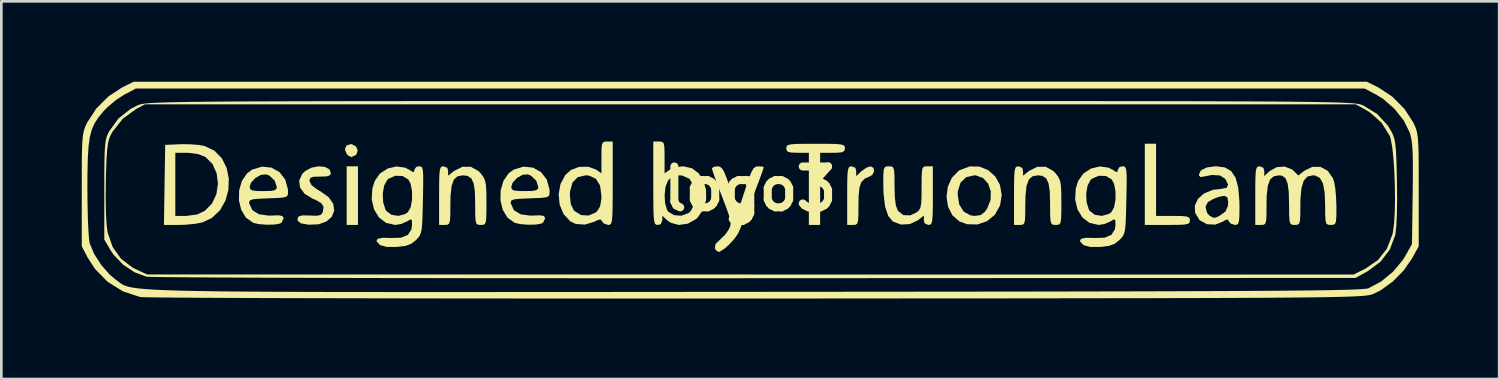
<source format=kicad_pcb>
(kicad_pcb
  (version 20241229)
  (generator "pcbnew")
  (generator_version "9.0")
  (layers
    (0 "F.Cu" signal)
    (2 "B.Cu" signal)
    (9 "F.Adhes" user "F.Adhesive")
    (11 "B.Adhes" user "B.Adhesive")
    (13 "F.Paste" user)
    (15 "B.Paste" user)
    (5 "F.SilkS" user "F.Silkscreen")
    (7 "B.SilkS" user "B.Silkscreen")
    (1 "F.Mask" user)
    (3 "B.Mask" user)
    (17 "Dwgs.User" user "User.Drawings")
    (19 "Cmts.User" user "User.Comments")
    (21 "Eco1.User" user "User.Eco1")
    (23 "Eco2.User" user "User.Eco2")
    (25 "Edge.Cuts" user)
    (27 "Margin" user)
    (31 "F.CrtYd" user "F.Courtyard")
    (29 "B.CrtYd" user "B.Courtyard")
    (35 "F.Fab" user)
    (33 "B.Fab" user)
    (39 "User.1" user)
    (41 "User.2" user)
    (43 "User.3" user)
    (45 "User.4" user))
  (footprint "logo3"
    (layer "F.Cu")
    (at 24.937 3.995)
    (property "Reference" "logo3" (at 0 0 0) (layer "F.SilkS") (effects (font (size 1.524 1.524) (thickness 0.3))))
    (attr board_only exclude_from_pos_files exclude_from_bom)
    (fp_poly (pts (xy -14.634 1.346) (xy -15.055 1.346) (xy -15.055 -0.841) (xy -14.634 -0.841)) (stroke (width 0) (type solid)) (fill yes) (layer "F.SilkS"))
    (fp_poly (pts (xy -14.867 -1.667) (xy -14.71 -1.584) (xy -14.643 -1.435) (xy -14.689 -1.288) (xy -14.731 -1.252) (xy -14.886 -1.185) (xy -15.005 -1.248) (xy -15.054 -1.303) (xy -15.123 -1.478) (xy -15.059 -1.619) (xy -14.893 -1.67)) (stroke (width 0) (type solid)) (fill yes) (layer "F.SilkS"))
    (fp_poly (pts (xy 15.139 1.009) (xy 15.77 1.009) (xy 16.092 1.013) (xy 16.282 1.031) (xy 16.372 1.073) (xy 16.4 1.147) (xy 16.401 1.177) (xy 16.389 1.254) (xy 16.334 1.303) (xy 16.205 1.331) (xy 15.972 1.343) (xy 15.605 1.346) (xy 15.56 1.346) (xy 14.719 1.346) (xy 14.719 -1.682) (xy 15.139 -1.682)) (stroke (width 0) (type solid)) (fill yes) (layer "F.SilkS"))
    (fp_poly (pts (xy 2.885 -1.681) (xy 3.19 -1.674) (xy 3.381 -1.657) (xy 3.483 -1.626) (xy 3.525 -1.578) (xy 3.532 -1.514) (xy 3.512 -1.417) (xy 3.426 -1.366) (xy 3.232 -1.347) (xy 3.07 -1.346) (xy 2.607 -1.346) (xy 2.607 1.346) (xy 2.187 1.346) (xy 2.187 -1.346) (xy 1.766 -1.346) (xy 1.514 -1.355) (xy 1.388 -1.392) (xy 1.347 -1.475) (xy 1.346 -1.514) (xy 1.355 -1.583) (xy 1.401 -1.629) (xy 1.51 -1.659) (xy 1.709 -1.675) (xy 2.024 -1.681) (xy 2.439 -1.682)) (stroke (width 0) (type solid)) (fill yes) (layer "F.SilkS"))
    (fp_poly (pts (xy 4.599 -0.784) (xy 4.621 -0.655) (xy 4.555 -0.523) (xy 4.458 -0.463) (xy 4.269 -0.38) (xy 4.145 -0.252) (xy 4.074 -0.047) (xy 4.043 0.268) (xy 4.037 0.595) (xy 4.035 0.951) (xy 4.024 1.172) (xy 3.994 1.29) (xy 3.937 1.337) (xy 3.843 1.346) (xy 3.827 1.346) (xy 3.617 1.346) (xy 3.617 0.252) (xy 3.618 -0.194) (xy 3.625 -0.499) (xy 3.642 -0.689) (xy 3.672 -0.792) (xy 3.721 -0.834) (xy 3.785 -0.841) (xy 3.923 -0.785) (xy 3.953 -0.658) (xy 3.953 -0.475) (xy 4.148 -0.658) (xy 4.328 -0.788) (xy 4.484 -0.841)) (stroke (width 0) (type solid)) (fill yes) (layer "F.SilkS"))
    (fp_poly (pts (xy -20.908 -1.664) (xy -20.57 -1.638) (xy -20.363 -1.601) (xy -19.988 -1.423) (xy -19.712 -1.141) (xy -19.533 -0.782) (xy -19.452 -0.379) (xy -19.467 0.04) (xy -19.578 0.443) (xy -19.784 0.802) (xy -20.084 1.085) (xy -20.432 1.25) (xy -20.69 1.301) (xy -21.033 1.336) (xy -21.312 1.346) (xy -21.871 1.346) (xy -21.866 1.009) (xy -21.447 1.009) (xy -21.039 1.009) (xy -20.634 0.956) (xy -20.345 0.817) (xy -20.077 0.547) (xy -19.914 0.196) (xy -19.857 -0.194) (xy -19.906 -0.582) (xy -20.059 -0.926) (xy -20.318 -1.185) (xy -20.347 -1.202) (xy -20.611 -1.299) (xy -20.953 -1.344) (xy -21.018 -1.346) (xy -21.447 -1.346) (xy -21.447 1.009) (xy -21.866 1.009) (xy -21.825 -1.64) (xy -21.26 -1.665)) (stroke (width 0) (type solid)) (fill yes) (layer "F.SilkS"))
    (fp_poly (pts (xy 8.551 -0.83) (xy 8.875 -0.699) (xy 9.139 -0.464) (xy 9.315 -0.148) (xy 9.381 0.229) (xy 9.32 0.615) (xy 9.13 0.962) (xy 8.835 1.205) (xy 8.474 1.329) (xy 8.087 1.319) (xy 7.802 1.214) (xy 7.538 0.984) (xy 7.378 0.663) (xy 7.322 0.296) (xy 7.333 0.215) (xy 7.738 0.215) (xy 7.797 0.584) (xy 7.964 0.85) (xy 8.222 0.991) (xy 8.376 1.009) (xy 8.598 0.978) (xy 8.755 0.854) (xy 8.837 0.736) (xy 8.966 0.413) (xy 8.974 0.091) (xy 8.876 -0.194) (xy 8.685 -0.404) (xy 8.417 -0.502) (xy 8.359 -0.505) (xy 8.053 -0.434) (xy 7.844 -0.232) (xy 7.745 0.086) (xy 7.738 0.215) (xy 7.333 0.215) (xy 7.37 -0.078) (xy 7.521 -0.414) (xy 7.774 -0.672) (xy 7.815 -0.698) (xy 8.189 -0.837)) (stroke (width 0) (type solid)) (fill yes) (layer "F.SilkS"))
    (fp_poly (pts (xy -15.866 -0.819) (xy -15.698 -0.728) (xy -15.644 -0.595) (xy -15.676 -0.507) (xy -15.8 -0.465) (xy -16.043 -0.457) (xy -16.287 -0.451) (xy -16.406 -0.412) (xy -16.442 -0.323) (xy -16.443 -0.294) (xy -16.369 -0.14) (xy -16.142 0.03) (xy -16.045 0.084) (xy -15.725 0.313) (xy -15.554 0.562) (xy -15.519 0.81) (xy -15.606 1.034) (xy -15.802 1.212) (xy -16.094 1.321) (xy -16.469 1.338) (xy -16.763 1.287) (xy -16.879 1.191) (xy -16.888 1.107) (xy -16.839 1.024) (xy -16.709 0.99) (xy -16.457 0.994) (xy -16.428 0.995) (xy -16.168 1.003) (xy -16.026 0.974) (xy -15.957 0.894) (xy -15.941 0.849) (xy -15.917 0.672) (xy -15.996 0.538) (xy -16.204 0.416) (xy -16.326 0.365) (xy -16.625 0.183) (xy -16.795 -0.052) (xy -16.826 -0.31) (xy -16.711 -0.559) (xy -16.6 -0.667) (xy -16.364 -0.792) (xy -16.103 -0.841)) (stroke (width 0) (type solid)) (fill yes) (layer "F.SilkS"))
    (fp_poly (pts (xy -11.299 -0.783) (xy -11.27 -0.667) (xy -11.27 -0.492) (xy -11.049 -0.667) (xy -10.736 -0.824) (xy -10.421 -0.822) (xy -10.137 -0.664) (xy -10.058 -0.582) (xy -9.958 -0.45) (xy -9.894 -0.316) (xy -9.859 -0.138) (xy -9.844 0.126) (xy -9.84 0.511) (xy -9.842 0.891) (xy -9.851 1.134) (xy -9.875 1.27) (xy -9.923 1.33) (xy -10.002 1.345) (xy -10.051 1.346) (xy -10.148 1.34) (xy -10.21 1.302) (xy -10.244 1.2) (xy -10.258 1.003) (xy -10.261 0.678) (xy -10.261 0.553) (xy -10.273 0.103) (xy -10.318 -0.203) (xy -10.405 -0.39) (xy -10.544 -0.483) (xy -10.716 -0.505) (xy -10.917 -0.468) (xy -11.055 -0.346) (xy -11.139 -0.114) (xy -11.179 0.247) (xy -11.186 0.574) (xy -11.188 0.937) (xy -11.198 1.163) (xy -11.227 1.285) (xy -11.282 1.335) (xy -11.372 1.346) (xy -11.396 1.346) (xy -11.607 1.346) (xy -11.607 0.252) (xy -11.605 -0.194) (xy -11.598 -0.499) (xy -11.581 -0.689) (xy -11.551 -0.792) (xy -11.502 -0.834) (xy -11.438 -0.841)) (stroke (width 0) (type solid)) (fill yes) (layer "F.SilkS"))
    (fp_poly (pts (xy 0.455 -0.829) (xy 0.505 -0.808) (xy 0.475 -0.71) (xy 0.397 -0.489) (xy 0.281 -0.18) (xy 0.142 0.185) (xy -0.008 0.572) (xy -0.156 0.947) (xy -0.288 1.277) (xy -0.392 1.528) (xy -0.453 1.663) (xy -0.588 1.861) (xy -0.779 2.07) (xy -0.98 2.246) (xy -1.144 2.346) (xy -1.187 2.355) (xy -1.281 2.287) (xy -1.32 2.217) (xy -1.294 2.057) (xy -1.147 1.914) (xy -0.942 1.717) (xy -0.797 1.509) (xy -0.748 1.4) (xy -0.731 1.287) (xy -0.751 1.138) (xy -0.815 0.922) (xy -0.93 0.605) (xy -1.051 0.29) (xy -1.196 -0.09) (xy -1.315 -0.413) (xy -1.397 -0.649) (xy -1.43 -0.763) (xy -1.43 -0.765) (xy -1.358 -0.823) (xy -1.227 -0.841) (xy -1.131 -0.826) (xy -1.05 -0.763) (xy -0.97 -0.623) (xy -0.873 -0.379) (xy -0.744 -0.003) (xy -0.741 0.005) (xy -0.459 0.851) (xy -0.182 0.005) (xy -0.055 -0.374) (xy 0.041 -0.62) (xy 0.12 -0.761) (xy 0.2 -0.825) (xy 0.295 -0.841) (xy 0.3 -0.841)) (stroke (width 0) (type solid)) (fill yes) (layer "F.SilkS"))
    (fp_poly (pts (xy 6.813 0.252) (xy 6.811 0.699) (xy 6.804 1.004) (xy 6.787 1.194) (xy 6.757 1.297) (xy 6.708 1.338) (xy 6.644 1.346) (xy 6.505 1.287) (xy 6.476 1.171) (xy 6.476 0.997) (xy 6.255 1.171) (xy 5.955 1.314) (xy 5.623 1.332) (xy 5.325 1.22) (xy 5.321 1.217) (xy 5.147 1.01) (xy 5.032 0.669) (xy 4.973 0.183) (xy 4.963 -0.189) (xy 4.965 -0.517) (xy 4.98 -0.711) (xy 5.018 -0.806) (xy 5.091 -0.838) (xy 5.173 -0.841) (xy 5.273 -0.835) (xy 5.335 -0.794) (xy 5.368 -0.686) (xy 5.381 -0.479) (xy 5.383 -0.138) (xy 5.383 -0.103) (xy 5.395 0.327) (xy 5.433 0.62) (xy 5.502 0.804) (xy 5.514 0.822) (xy 5.712 0.979) (xy 5.966 0.99) (xy 6.205 0.878) (xy 6.293 0.803) (xy 6.348 0.7) (xy 6.378 0.533) (xy 6.39 0.265) (xy 6.392 -0.047) (xy 6.394 -0.416) (xy 6.404 -0.648) (xy 6.43 -0.775) (xy 6.483 -0.829) (xy 6.569 -0.841) (xy 6.602 -0.841) (xy 6.813 -0.841)) (stroke (width 0) (type solid)) (fill yes) (layer "F.SilkS"))
    (fp_poly (pts (xy 10.148 -0.783) (xy 10.177 -0.667) (xy 10.177 -0.492) (xy 10.398 -0.667) (xy 10.711 -0.824) (xy 11.026 -0.822) (xy 11.31 -0.664) (xy 11.389 -0.582) (xy 11.489 -0.45) (xy 11.553 -0.316) (xy 11.588 -0.138) (xy 11.603 0.126) (xy 11.607 0.511) (xy 11.605 0.891) (xy 11.596 1.134) (xy 11.572 1.27) (xy 11.524 1.33) (xy 11.445 1.345) (xy 11.396 1.346) (xy 11.299 1.34) (xy 11.237 1.302) (xy 11.204 1.2) (xy 11.189 1.003) (xy 11.186 0.678) (xy 11.186 0.553) (xy 11.174 0.103) (xy 11.129 -0.203) (xy 11.042 -0.39) (xy 10.903 -0.483) (xy 10.731 -0.505) (xy 10.53 -0.468) (xy 10.392 -0.346) (xy 10.308 -0.114) (xy 10.268 0.247) (xy 10.261 0.574) (xy 10.259 0.937) (xy 10.249 1.163) (xy 10.22 1.285) (xy 10.165 1.335) (xy 10.075 1.346) (xy 10.051 1.346) (xy 9.84 1.346) (xy 9.84 0.252) (xy 9.842 -0.194) (xy 9.849 -0.499) (xy 9.866 -0.689) (xy 9.896 -0.792) (xy 9.945 -0.834) (xy 10.009 -0.841)) (stroke (width 0) (type solid)) (fill yes) (layer "F.SilkS"))
    (fp_poly (pts (xy -17.86 -0.792) (xy -17.562 -0.625) (xy -17.347 -0.348) (xy -17.246 0.02) (xy -17.242 0.115) (xy -17.248 0.218) (xy -17.29 0.283) (xy -17.399 0.32) (xy -17.608 0.34) (xy -17.951 0.353) (xy -17.978 0.354) (xy -18.33 0.369) (xy -18.546 0.389) (xy -18.656 0.425) (xy -18.691 0.484) (xy -18.688 0.547) (xy -18.573 0.795) (xy -18.328 0.948) (xy -17.961 0.999) (xy -17.855 0.995) (xy -17.591 0.987) (xy -17.456 1.013) (xy -17.411 1.082) (xy -17.41 1.105) (xy -17.478 1.252) (xy -17.543 1.295) (xy -17.753 1.332) (xy -18.046 1.338) (xy -18.34 1.314) (xy -18.545 1.266) (xy -18.813 1.074) (xy -18.989 0.781) (xy -19.074 0.428) (xy -19.066 0.057) (xy -19.027 -0.078) (xy -18.672 -0.078) (xy -18.651 0.013) (xy -18.566 0.062) (xy -18.376 0.081) (xy -18.167 0.084) (xy -17.883 0.077) (xy -17.729 0.048) (xy -17.669 -0.014) (xy -17.662 -0.068) (xy -17.738 -0.307) (xy -17.934 -0.491) (xy -18.049 -0.54) (xy -18.249 -0.524) (xy -18.461 -0.405) (xy -18.622 -0.23) (xy -18.672 -0.078) (xy -19.027 -0.078) (xy -18.965 -0.293) (xy -18.77 -0.579) (xy -18.58 -0.719) (xy -18.21 -0.829)) (stroke (width 0) (type solid)) (fill yes) (layer "F.SilkS"))
    (fp_poly (pts (xy -8.104 -0.792) (xy -7.806 -0.625) (xy -7.591 -0.348) (xy -7.489 0.02) (xy -7.485 0.115) (xy -7.492 0.218) (xy -7.533 0.283) (xy -7.642 0.32) (xy -7.852 0.34) (xy -8.194 0.353) (xy -8.221 0.354) (xy -8.574 0.369) (xy -8.79 0.389) (xy -8.9 0.425) (xy -8.935 0.484) (xy -8.931 0.547) (xy -8.817 0.795) (xy -8.571 0.948) (xy -8.205 0.999) (xy -8.098 0.995) (xy -7.834 0.987) (xy -7.699 1.013) (xy -7.655 1.082) (xy -7.654 1.105) (xy -7.722 1.252) (xy -7.787 1.295) (xy -7.997 1.332) (xy -8.29 1.338) (xy -8.584 1.314) (xy -8.789 1.266) (xy -9.056 1.074) (xy -9.233 0.781) (xy -9.317 0.428) (xy -9.31 0.057) (xy -9.271 -0.078) (xy -8.915 -0.078) (xy -8.895 0.013) (xy -8.809 0.062) (xy -8.62 0.081) (xy -8.411 0.084) (xy -8.126 0.077) (xy -7.973 0.048) (xy -7.913 -0.014) (xy -7.906 -0.068) (xy -7.982 -0.307) (xy -8.178 -0.491) (xy -8.292 -0.54) (xy -8.492 -0.524) (xy -8.704 -0.405) (xy -8.865 -0.23) (xy -8.915 -0.078) (xy -9.271 -0.078) (xy -9.209 -0.293) (xy -9.014 -0.579) (xy -8.824 -0.719) (xy -8.453 -0.829)) (stroke (width 0) (type solid)) (fill yes) (layer "F.SilkS"))
    (fp_poly (pts (xy -5.13 -0.21) (xy -5.131 0.336) (xy -5.135 0.737) (xy -5.144 1.015) (xy -5.162 1.192) (xy -5.19 1.291) (xy -5.231 1.335) (xy -5.287 1.346) (xy -5.301 1.346) (xy -5.463 1.292) (xy -5.52 1.222) (xy -5.572 1.145) (xy -5.673 1.157) (xy -5.807 1.222) (xy -6.165 1.333) (xy -6.509 1.309) (xy -6.71 1.214) (xy -6.964 0.943) (xy -7.11 0.589) (xy -7.144 0.236) (xy -6.728 0.236) (xy -6.696 0.565) (xy -6.587 0.79) (xy -6.557 0.825) (xy -6.313 0.977) (xy -6.028 0.996) (xy -5.766 0.882) (xy -5.719 0.841) (xy -5.603 0.658) (xy -5.554 0.387) (xy -5.551 0.252) (xy -5.604 -0.128) (xy -5.76 -0.378) (xy -6.018 -0.495) (xy -6.14 -0.505) (xy -6.435 -0.436) (xy -6.631 -0.235) (xy -6.722 0.094) (xy -6.728 0.236) (xy -7.144 0.236) (xy -7.147 0.199) (xy -7.077 -0.183) (xy -6.899 -0.514) (xy -6.694 -0.702) (xy -6.391 -0.818) (xy -6.053 -0.826) (xy -5.758 -0.724) (xy -5.738 -0.71) (xy -5.551 -0.579) (xy -5.551 -1.173) (xy -5.548 -1.482) (xy -5.53 -1.659) (xy -5.485 -1.741) (xy -5.399 -1.765) (xy -5.341 -1.766) (xy -5.13 -1.766)) (stroke (width 0) (type solid)) (fill yes) (layer "F.SilkS"))
    (fp_poly (pts (xy -3.297 -1.758) (xy -3.234 -1.708) (xy -3.205 -1.58) (xy -3.196 -1.337) (xy -3.196 -1.173) (xy -3.196 -0.579) (xy -3.009 -0.71) (xy -2.8 -0.798) (xy -2.533 -0.84) (xy -2.496 -0.841) (xy -2.172 -0.768) (xy -1.917 -0.573) (xy -1.739 -0.288) (xy -1.646 0.052) (xy -1.647 0.414) (xy -1.749 0.764) (xy -1.96 1.068) (xy -2.027 1.13) (xy -2.335 1.301) (xy -2.667 1.346) (xy -2.971 1.263) (xy -3.096 1.174) (xy -3.28 1.003) (xy -3.28 1.174) (xy -3.338 1.317) (xy -3.448 1.346) (xy -3.507 1.339) (xy -3.551 1.303) (xy -3.581 1.215) (xy -3.6 1.053) (xy -3.611 0.795) (xy -3.615 0.417) (xy -3.616 0.222) (xy -3.195 0.222) (xy -3.177 0.535) (xy -3.104 0.785) (xy -3.057 0.855) (xy -2.84 0.983) (xy -2.569 1.001) (xy -2.314 0.911) (xy -2.221 0.832) (xy -2.099 0.598) (xy -2.061 0.252) (xy -2.113 -0.128) (xy -2.27 -0.377) (xy -2.53 -0.495) (xy -2.658 -0.505) (xy -2.926 -0.446) (xy -3.065 -0.318) (xy -3.158 -0.085) (xy -3.195 0.222) (xy -3.616 0.222) (xy -3.617 -0.102) (xy -3.617 -0.21) (xy -3.617 -1.766) (xy -3.406 -1.766)) (stroke (width 0) (type solid)) (fill yes) (layer "F.SilkS"))
    (fp_poly (pts (xy 17.706 -0.799) (xy 17.943 -0.661) (xy 18.107 -0.413) (xy 18.206 -0.038) (xy 18.248 0.477) (xy 18.251 0.694) (xy 18.247 1.023) (xy 18.23 1.218) (xy 18.191 1.313) (xy 18.121 1.344) (xy 18.08 1.346) (xy 17.919 1.291) (xy 17.861 1.221) (xy 17.808 1.141) (xy 17.713 1.169) (xy 17.635 1.221) (xy 17.345 1.335) (xy 17.037 1.318) (xy 16.775 1.175) (xy 16.752 1.151) (xy 16.595 0.888) (xy 16.588 0.706) (xy 16.989 0.706) (xy 17.044 0.901) (xy 17.137 1.003) (xy 17.269 1.074) (xy 17.362 1.074) (xy 17.508 1.003) (xy 17.521 0.997) (xy 17.731 0.844) (xy 17.818 0.642) (xy 17.829 0.484) (xy 17.8 0.319) (xy 17.695 0.258) (xy 17.488 0.296) (xy 17.281 0.374) (xy 17.074 0.493) (xy 16.994 0.641) (xy 16.989 0.706) (xy 16.588 0.706) (xy 16.585 0.62) (xy 16.704 0.371) (xy 16.934 0.169) (xy 17.256 0.037) (xy 17.575 0) (xy 17.774 -0.04) (xy 17.825 -0.16) (xy 17.728 -0.36) (xy 17.721 -0.37) (xy 17.525 -0.5) (xy 17.221 -0.518) (xy 16.968 -0.467) (xy 16.799 -0.44) (xy 16.74 -0.499) (xy 16.737 -0.535) (xy 16.815 -0.691) (xy 17.028 -0.797) (xy 17.349 -0.841) (xy 17.386 -0.841)) (stroke (width 0) (type solid)) (fill yes) (layer "F.SilkS"))
    (fp_poly (pts (xy -12.291 -0.835) (xy -12.244 -0.798) (xy -12.215 -0.708) (xy -12.201 -0.537) (xy -12.199 -0.261) (xy -12.205 0.144) (xy -12.21 0.419) (xy -12.222 0.904) (xy -12.235 1.251) (xy -12.255 1.49) (xy -12.288 1.649) (xy -12.338 1.759) (xy -12.409 1.849) (xy -12.465 1.906) (xy -12.645 2.049) (xy -12.861 2.128) (xy -13.18 2.167) (xy -13.551 2.167) (xy -13.786 2.106) (xy -13.827 2.08) (xy -13.943 1.952) (xy -13.903 1.865) (xy -13.713 1.825) (xy -13.416 1.833) (xy -13.026 1.823) (xy -12.769 1.716) (xy -12.637 1.507) (xy -12.616 1.328) (xy -12.625 1.162) (xy -12.682 1.139) (xy -12.803 1.215) (xy -13.027 1.312) (xy -13.247 1.346) (xy -13.582 1.271) (xy -13.849 1.068) (xy -14.034 0.766) (xy -14.121 0.397) (xy -14.108 0.182) (xy -13.709 0.182) (xy -13.693 0.503) (xy -13.607 0.775) (xy -13.578 0.822) (xy -13.385 0.968) (xy -13.125 1.008) (xy -12.867 0.938) (xy -12.77 0.87) (xy -12.667 0.685) (xy -12.616 0.403) (xy -12.616 0.09) (xy -12.67 -0.189) (xy -12.755 -0.351) (xy -12.973 -0.479) (xy -13.24 -0.488) (xy -13.49 -0.381) (xy -13.541 -0.336) (xy -13.658 -0.121) (xy -13.709 0.182) (xy -14.108 0.182) (xy -14.097 -0.01) (xy -14.01 -0.291) (xy -13.814 -0.571) (xy -13.527 -0.758) (xy -13.197 -0.836) (xy -12.872 -0.79) (xy -12.719 -0.71) (xy -12.584 -0.626) (xy -12.537 -0.646) (xy -12.532 -0.71) (xy -12.461 -0.818) (xy -12.358 -0.841)) (stroke (width 0) (type solid)) (fill yes) (layer "F.SilkS"))
    (fp_poly (pts (xy 13.95 -0.835) (xy 13.997 -0.798) (xy 14.026 -0.708) (xy 14.04 -0.537) (xy 14.043 -0.261) (xy 14.036 0.144) (xy 14.031 0.419) (xy 14.019 0.904) (xy 14.006 1.251) (xy 13.986 1.49) (xy 13.953 1.649) (xy 13.904 1.759) (xy 13.832 1.849) (xy 13.776 1.906) (xy 13.596 2.049) (xy 13.38 2.128) (xy 13.061 2.167) (xy 12.69 2.167) (xy 12.455 2.106) (xy 12.414 2.08) (xy 12.298 1.952) (xy 12.338 1.865) (xy 12.528 1.825) (xy 12.825 1.833) (xy 13.215 1.823) (xy 13.472 1.716) (xy 13.604 1.507) (xy 13.625 1.328) (xy 13.616 1.162) (xy 13.559 1.139) (xy 13.438 1.215) (xy 13.214 1.312) (xy 12.994 1.346) (xy 12.659 1.271) (xy 12.392 1.068) (xy 12.207 0.766) (xy 12.12 0.397) (xy 12.133 0.182) (xy 12.532 0.182) (xy 12.548 0.503) (xy 12.634 0.775) (xy 12.663 0.822) (xy 12.857 0.968) (xy 13.116 1.008) (xy 13.374 0.938) (xy 13.471 0.87) (xy 13.574 0.685) (xy 13.626 0.403) (xy 13.625 0.09) (xy 13.571 -0.189) (xy 13.486 -0.351) (xy 13.269 -0.479) (xy 13.001 -0.488) (xy 12.751 -0.381) (xy 12.7 -0.336) (xy 12.583 -0.121) (xy 12.532 0.182) (xy 12.133 0.182) (xy 12.144 -0.01) (xy 12.231 -0.291) (xy 12.427 -0.571) (xy 12.714 -0.758) (xy 13.044 -0.836) (xy 13.369 -0.79) (xy 13.522 -0.71) (xy 13.657 -0.626) (xy 13.705 -0.646) (xy 13.709 -0.71) (xy 13.78 -0.818) (xy 13.884 -0.841)) (stroke (width 0) (type solid)) (fill yes) (layer "F.SilkS"))
    (fp_poly (pts (xy 19.146 -0.785) (xy 19.176 -0.658) (xy 19.176 -0.475) (xy 19.371 -0.658) (xy 19.636 -0.808) (xy 19.935 -0.831) (xy 20.207 -0.726) (xy 20.273 -0.669) (xy 20.445 -0.498) (xy 20.663 -0.669) (xy 20.968 -0.821) (xy 21.271 -0.82) (xy 21.537 -0.678) (xy 21.731 -0.407) (xy 21.78 -0.271) (xy 21.823 -0.03) (xy 21.854 0.309) (xy 21.867 0.673) (xy 21.867 0.694) (xy 21.865 1.021) (xy 21.85 1.215) (xy 21.812 1.311) (xy 21.739 1.343) (xy 21.657 1.346) (xy 21.557 1.339) (xy 21.495 1.299) (xy 21.462 1.191) (xy 21.449 0.983) (xy 21.447 0.643) (xy 21.447 0.607) (xy 21.427 0.128) (xy 21.364 -0.204) (xy 21.249 -0.407) (xy 21.077 -0.497) (xy 20.984 -0.505) (xy 20.785 -0.458) (xy 20.647 -0.305) (xy 20.563 -0.029) (xy 20.525 0.386) (xy 20.522 0.607) (xy 20.52 0.96) (xy 20.509 1.178) (xy 20.478 1.293) (xy 20.419 1.338) (xy 20.322 1.346) (xy 20.312 1.346) (xy 20.212 1.34) (xy 20.151 1.3) (xy 20.117 1.195) (xy 20.104 0.992) (xy 20.101 0.659) (xy 20.101 0.583) (xy 20.089 0.119) (xy 20.047 -0.2) (xy 19.968 -0.395) (xy 19.845 -0.488) (xy 19.733 -0.505) (xy 19.531 -0.469) (xy 19.393 -0.347) (xy 19.308 -0.118) (xy 19.267 0.241) (xy 19.26 0.574) (xy 19.259 0.937) (xy 19.248 1.163) (xy 19.22 1.285) (xy 19.165 1.335) (xy 19.075 1.346) (xy 19.05 1.346) (xy 18.84 1.346) (xy 18.84 0.252) (xy 18.841 -0.194) (xy 18.848 -0.499) (xy 18.865 -0.689) (xy 18.896 -0.792) (xy 18.944 -0.834) (xy 19.008 -0.841)) (stroke (width 0) (type solid)) (fill yes) (layer "F.SilkS"))
    (fp_poly (pts (xy 2.3 -3.276) (xy 4.437 -3.276) (xy 6.418 -3.276) (xy 8.249 -3.276) (xy 9.936 -3.275) (xy 11.485 -3.275) (xy 12.902 -3.274) (xy 14.194 -3.272) (xy 15.365 -3.271) (xy 16.422 -3.269) (xy 17.372 -3.266) (xy 18.219 -3.263) (xy 18.971 -3.26) (xy 19.634 -3.256) (xy 20.212 -3.251) (xy 20.713 -3.245) (xy 21.142 -3.239) (xy 21.506 -3.232) (xy 21.81 -3.224) (xy 22.061 -3.216) (xy 22.264 -3.206) (xy 22.426 -3.196) (xy 22.553 -3.184) (xy 22.65 -3.172) (xy 22.724 -3.158) (xy 22.78 -3.143) (xy 22.826 -3.127) (xy 22.866 -3.11) (xy 22.877 -3.105) (xy 23.389 -2.792) (xy 23.781 -2.365) (xy 23.915 -2.145) (xy 23.98 -2.01) (xy 24.028 -1.863) (xy 24.063 -1.676) (xy 24.088 -1.421) (xy 24.105 -1.069) (xy 24.118 -0.594) (xy 24.125 -0.252) (xy 24.131 0.395) (xy 24.122 0.95) (xy 24.101 1.39) (xy 24.067 1.691) (xy 24.059 1.733) (xy 23.857 2.266) (xy 23.513 2.716) (xy 23.037 3.07) (xy 23.028 3.075) (xy 22.582 3.322) (xy 0.21 3.334) (xy -1.723 3.335) (xy -3.614 3.336) (xy -5.456 3.335) (xy -7.242 3.334) (xy -8.965 3.333) (xy -10.618 3.332) (xy -12.194 3.329) (xy -13.685 3.327) (xy -15.086 3.324) (xy -16.388 3.32) (xy -17.585 3.317) (xy -18.669 3.313) (xy -19.634 3.308) (xy -20.472 3.303) (xy -21.177 3.298) (xy -21.742 3.293) (xy -22.158 3.287) (xy -22.42 3.281) (xy -22.519 3.276) (xy -22.965 3.114) (xy -23.393 2.828) (xy -23.749 2.459) (xy -23.863 2.289) (xy -24.096 1.892) (xy -24.096 0.35) (xy -24.045 0.35) (xy -24.036 0.898) (xy -24.011 1.333) (xy -23.974 1.623) (xy -23.784 2.171) (xy -23.469 2.613) (xy -23.038 2.939) (xy -22.935 2.991) (xy -22.498 3.194) (xy 0.005 3.195) (xy 22.507 3.196) (xy 22.952 2.974) (xy 23.416 2.657) (xy 23.751 2.231) (xy 23.957 1.698) (xy 23.974 1.623) (xy 24.017 1.302) (xy 24.043 0.874) (xy 24.052 0.376) (xy 24.046 -0.155) (xy 24.025 -0.683) (xy 23.991 -1.171) (xy 23.945 -1.583) (xy 23.888 -1.882) (xy 23.857 -1.976) (xy 23.552 -2.465) (xy 23.115 -2.854) (xy 22.919 -2.972) (xy 22.582 -3.154) (xy -22.582 -3.154) (xy -22.919 -2.972) (xy -23.407 -2.615) (xy -23.788 -2.135) (xy -23.853 -2.019) (xy -23.913 -1.879) (xy -23.957 -1.702) (xy -23.989 -1.459) (xy -24.013 -1.122) (xy -24.03 -0.663) (xy -24.039 -0.284) (xy -24.045 0.35) (xy -24.096 0.35) (xy -24.096 0.042) (xy -24.095 -0.567) (xy -24.091 -1.033) (xy -24.082 -1.38) (xy -24.065 -1.633) (xy -24.039 -1.817) (xy -24.001 -1.957) (xy -23.95 -2.077) (xy -23.915 -2.145) (xy -23.569 -2.625) (xy -23.11 -2.985) (xy -22.877 -3.105) (xy -22.837 -3.123) (xy -22.794 -3.139) (xy -22.741 -3.154) (xy -22.672 -3.168) (xy -22.582 -3.181) (xy -22.464 -3.193) (xy -22.312 -3.203) (xy -22.121 -3.213) (xy -21.884 -3.222) (xy -21.595 -3.23) (xy -21.248 -3.237) (xy -20.837 -3.244) (xy -20.356 -3.249) (xy -19.799 -3.254) (xy -19.161 -3.259) (xy -18.434 -3.262) (xy -17.613 -3.265) (xy -16.692 -3.268) (xy -15.664 -3.27) (xy -14.525 -3.272) (xy -13.267 -3.273) (xy -11.885 -3.275) (xy -10.372 -3.275) (xy -8.724 -3.276) (xy -6.932 -3.276) (xy -4.993 -3.276) (xy -2.898 -3.276) (xy -0.644 -3.276) (xy 0 -3.276)) (stroke (width 0) (type solid)) (fill yes) (layer "F.SilkS"))
    (fp_poly (pts (xy 23.424 -3.787) (xy 23.947 -3.444) (xy 24.402 -2.987) (xy 24.732 -2.479) (xy 24.795 -2.345) (xy 24.844 -2.217) (xy 24.88 -2.073) (xy 24.906 -1.889) (xy 24.922 -1.641) (xy 24.932 -1.306) (xy 24.936 -0.861) (xy 24.937 -0.282) (xy 24.937 0.042) (xy 24.937 2.145) (xy 24.688 2.595) (xy 24.373 3.047) (xy 23.968 3.458) (xy 23.524 3.781) (xy 23.234 3.924) (xy 23.189 3.94) (xy 23.133 3.955) (xy 23.062 3.968) (xy 22.969 3.981) (xy 22.848 3.993) (xy 22.692 4.003) (xy 22.497 4.013) (xy 22.255 4.022) (xy 21.962 4.03) (xy 21.61 4.038) (xy 21.194 4.045) (xy 20.708 4.051) (xy 20.145 4.056) (xy 19.501 4.061) (xy 18.768 4.065) (xy 17.941 4.069) (xy 17.013 4.072) (xy 15.98 4.075) (xy 14.834 4.078) (xy 13.57 4.08) (xy 12.181 4.082) (xy 10.662 4.084) (xy 9.007 4.086) (xy 7.209 4.087) (xy 5.263 4.088) (xy 3.163 4.09) (xy 0.902 4.091) (xy 0.21 4.091) (xy -1.733 4.092) (xy -3.635 4.092) (xy -5.488 4.092) (xy -7.285 4.092) (xy -9.018 4.09) (xy -10.682 4.089) (xy -12.269 4.087) (xy -13.772 4.084) (xy -15.184 4.081) (xy -16.498 4.078) (xy -17.707 4.075) (xy -18.804 4.071) (xy -19.782 4.067) (xy -20.633 4.062) (xy -21.352 4.057) (xy -21.931 4.052) (xy -22.363 4.047) (xy -22.641 4.041) (xy -22.758 4.035) (xy -22.759 4.035) (xy -23.4 3.824) (xy -23.97 3.469) (xy -24.442 2.989) (xy -24.714 2.569) (xy -24.937 2.145) (xy -24.937 0.042) (xy -24.937 -0.006) (xy -24.727 -0.006) (xy -24.722 0.538) (xy -24.711 1.043) (xy -24.693 1.478) (xy -24.671 1.813) (xy -24.645 2.015) (xy -24.64 2.033) (xy -24.473 2.431) (xy -24.206 2.844) (xy -23.889 3.204) (xy -23.676 3.381) (xy -23.61 3.429) (xy -23.553 3.474) (xy -23.498 3.516) (xy -23.441 3.554) (xy -23.374 3.59) (xy -23.293 3.623) (xy -23.19 3.652) (xy -23.06 3.68) (xy -22.897 3.704) (xy -22.695 3.727) (xy -22.448 3.747) (xy -22.15 3.765) (xy -21.795 3.78) (xy -21.377 3.794) (xy -20.89 3.806) (xy -20.329 3.816) (xy -19.686 3.825) (xy -18.956 3.832) (xy -18.134 3.838) (xy -17.212 3.842) (xy -16.186 3.846) (xy -15.049 3.848) (xy -13.796 3.849) (xy -12.419 3.85) (xy -10.914 3.85) (xy -9.274 3.849) (xy -7.493 3.848) (xy -5.566 3.847) (xy -3.486 3.845) (xy -1.247 3.843) (xy 0.168 3.842) (xy 2.519 3.84) (xy 4.706 3.838) (xy 6.737 3.836) (xy 8.617 3.834) (xy 10.35 3.832) (xy 11.944 3.829) (xy 13.403 3.826) (xy 14.733 3.823) (xy 15.94 3.819) (xy 17.03 3.815) (xy 18.007 3.811) (xy 18.878 3.806) (xy 19.648 3.801) (xy 20.323 3.795) (xy 20.908 3.789) (xy 21.409 3.782) (xy 21.832 3.774) (xy 22.183 3.766) (xy 22.466 3.757) (xy 22.688 3.748) (xy 22.854 3.737) (xy 22.969 3.726) (xy 23.04 3.715) (xy 23.06 3.709) (xy 23.531 3.459) (xy 23.975 3.095) (xy 24.336 2.665) (xy 24.424 2.523) (xy 24.685 2.061) (xy 24.712 0.186) (xy 24.719 -0.457) (xy 24.719 -0.957) (xy 24.711 -1.339) (xy 24.693 -1.627) (xy 24.665 -1.848) (xy 24.625 -2.025) (xy 24.602 -2.099) (xy 24.38 -2.549) (xy 24.037 -2.982) (xy 23.616 -3.35) (xy 23.35 -3.515) (xy 22.919 -3.743) (xy -22.919 -3.743) (xy -23.35 -3.515) (xy -23.659 -3.315) (xy -23.973 -3.053) (xy -24.121 -2.901) (xy -24.308 -2.674) (xy -24.453 -2.455) (xy -24.56 -2.217) (xy -24.635 -1.934) (xy -24.684 -1.581) (xy -24.712 -1.132) (xy -24.725 -0.56) (xy -24.727 -0.006) (xy -24.937 -0.006) (xy -24.937 -0.608) (xy -24.934 -1.113) (xy -24.927 -1.496) (xy -24.914 -1.782) (xy -24.893 -1.993) (xy -24.862 -2.153) (xy -24.82 -2.286) (xy -24.763 -2.414) (xy -24.732 -2.479) (xy -24.392 -3) (xy -23.934 -3.455) (xy -23.424 -3.787) (xy -23.003 -3.995) (xy 23.003 -3.995)) (stroke (width 0) (type solid)) (fill yes) (layer "F.SilkS")))
  (gr_rect
    (start -3 -3)
    (end 52.875 11.088)
    (stroke (width 0.1) (type default))
    (fill no)
    (layer "Edge.Cuts")))
</source>
